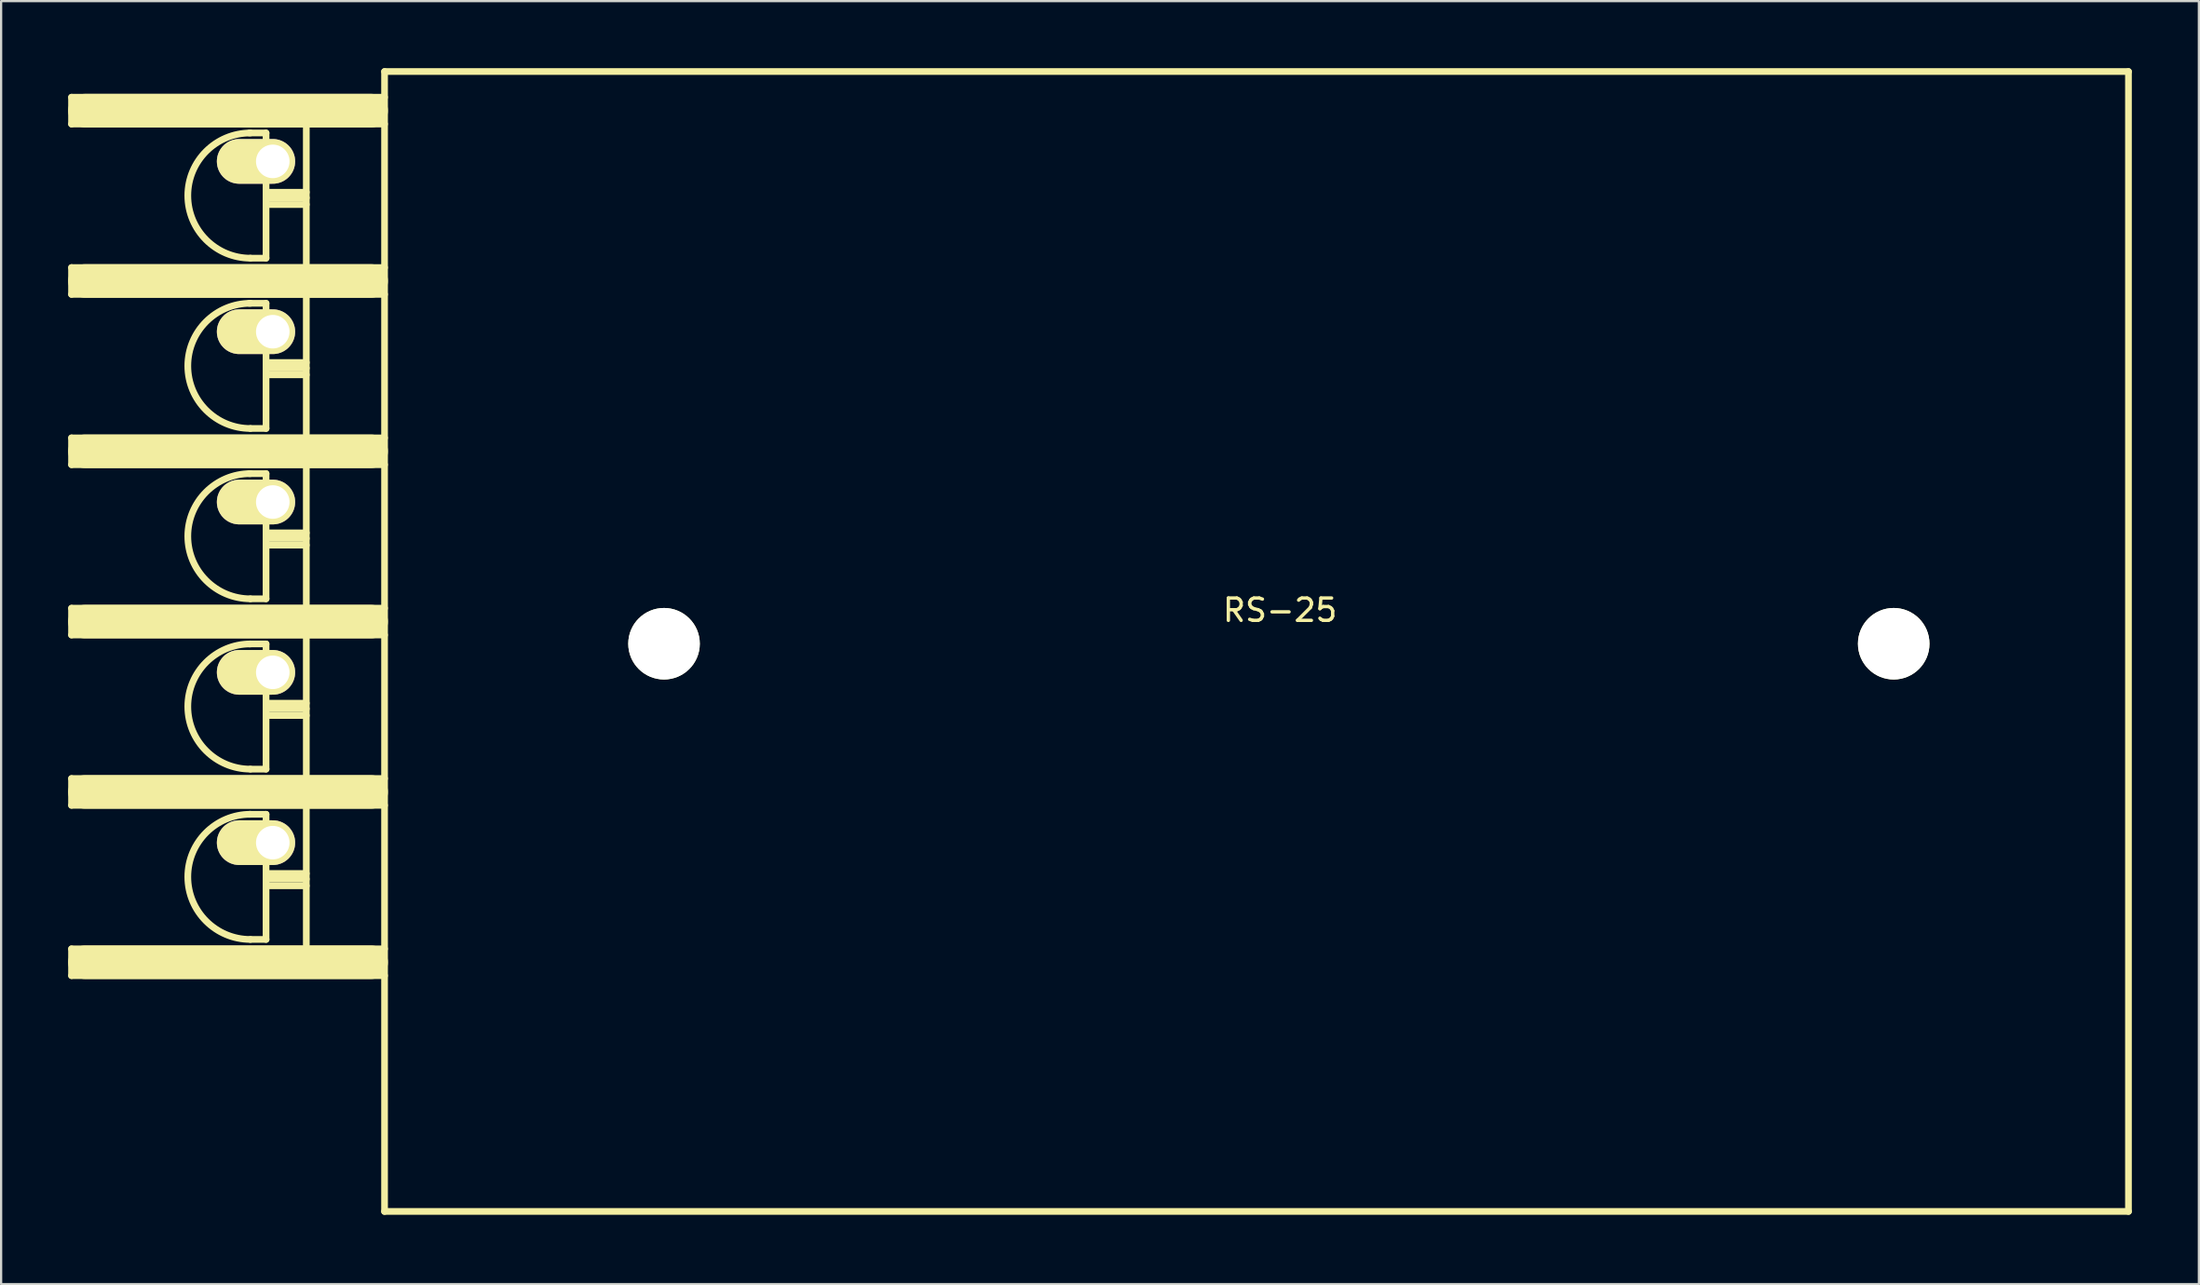
<source format=kicad_pcb>
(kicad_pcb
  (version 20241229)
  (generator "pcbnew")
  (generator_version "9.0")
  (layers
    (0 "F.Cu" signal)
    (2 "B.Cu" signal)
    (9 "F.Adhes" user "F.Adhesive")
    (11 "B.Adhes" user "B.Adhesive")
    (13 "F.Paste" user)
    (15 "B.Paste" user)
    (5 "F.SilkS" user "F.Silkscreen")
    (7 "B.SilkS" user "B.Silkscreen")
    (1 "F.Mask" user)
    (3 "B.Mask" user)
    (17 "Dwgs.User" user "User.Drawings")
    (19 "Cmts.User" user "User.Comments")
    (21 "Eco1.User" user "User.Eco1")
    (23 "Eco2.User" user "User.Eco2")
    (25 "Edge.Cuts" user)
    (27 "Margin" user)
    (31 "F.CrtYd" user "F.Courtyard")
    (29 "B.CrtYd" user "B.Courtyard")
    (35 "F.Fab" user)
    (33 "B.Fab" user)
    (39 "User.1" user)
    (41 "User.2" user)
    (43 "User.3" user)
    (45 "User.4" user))
  (footprint "RS-25"
    (layer "F.Cu")
    (at 14.15 51.15)
    (property "Reference" "RS-25" (at 40.05 -26.9 0) (layer "F.SilkS") (effects (font (size 1 1) (thickness 0.15))))
    (attr through_hole)
    (fp_line (start -14 -49.85) (end -14 -48.65) (stroke (width 0.3) (type solid)) (layer "F.SilkS"))
    (fp_line (start -14 -49.85) (end 0 -49.85) (stroke (width 0.3) (type solid)) (layer "F.SilkS"))
    (fp_line (start -14 -48.65) (end 0 -48.65) (stroke (width 0.3) (type solid)) (layer "F.SilkS"))
    (fp_line (start -14 -42.23) (end -14 -41.03) (stroke (width 0.3) (type solid)) (layer "F.SilkS"))
    (fp_line (start -14 -42.23) (end 0 -42.23) (stroke (width 0.3) (type solid)) (layer "F.SilkS"))
    (fp_line (start -14 -41.03) (end 0 -41.03) (stroke (width 0.3) (type solid)) (layer "F.SilkS"))
    (fp_line (start -14 -34.61) (end -14 -33.41) (stroke (width 0.3) (type solid)) (layer "F.SilkS"))
    (fp_line (start -14 -34.61) (end 0 -34.61) (stroke (width 0.3) (type solid)) (layer "F.SilkS"))
    (fp_line (start -14 -33.41) (end 0 -33.41) (stroke (width 0.3) (type solid)) (layer "F.SilkS"))
    (fp_line (start -14 -26.99) (end -14 -25.79) (stroke (width 0.3) (type solid)) (layer "F.SilkS"))
    (fp_line (start -14 -26.99) (end 0 -26.99) (stroke (width 0.3) (type solid)) (layer "F.SilkS"))
    (fp_line (start -14 -25.79) (end 0 -25.79) (stroke (width 0.3) (type solid)) (layer "F.SilkS"))
    (fp_line (start -14 -19.37) (end -14 -18.17) (stroke (width 0.3) (type solid)) (layer "F.SilkS"))
    (fp_line (start -14 -19.37) (end 0 -19.37) (stroke (width 0.3) (type solid)) (layer "F.SilkS"))
    (fp_line (start -14 -18.17) (end 0 -18.17) (stroke (width 0.3) (type solid)) (layer "F.SilkS"))
    (fp_line (start -14 -11.75) (end -14 -10.55) (stroke (width 0.3) (type solid)) (layer "F.SilkS"))
    (fp_line (start -14 -11.75) (end 0 -11.75) (stroke (width 0.3) (type solid)) (layer "F.SilkS"))
    (fp_line (start -14 -10.55) (end 0 -10.55) (stroke (width 0.3) (type solid)) (layer "F.SilkS"))
    (fp_line (start -13.4 -49.25) (end -0.6 -49.25) (stroke (width 1.5) (type solid)) (layer "F.SilkS"))
    (fp_line (start -13.4 -41.63) (end -0.6 -41.63) (stroke (width 1.5) (type solid)) (layer "F.SilkS"))
    (fp_line (start -13.4 -34.01) (end -0.6 -34.01) (stroke (width 1.5) (type solid)) (layer "F.SilkS"))
    (fp_line (start -13.4 -26.39) (end -0.6 -26.39) (stroke (width 1.5) (type solid)) (layer "F.SilkS"))
    (fp_line (start -13.4 -18.77) (end -0.6 -18.77) (stroke (width 1.5) (type solid)) (layer "F.SilkS"))
    (fp_line (start -13.4 -11.15) (end -0.6 -11.15) (stroke (width 1.5) (type solid)) (layer "F.SilkS"))
    (fp_line (start -6 -42.65) (end -5.3 -42.65) (stroke (width 0.3) (type solid)) (layer "F.SilkS"))
    (fp_line (start -6 -35.03) (end -5.3 -35.03) (stroke (width 0.3) (type solid)) (layer "F.SilkS"))
    (fp_line (start -6 -27.41) (end -5.3 -27.41) (stroke (width 0.3) (type solid)) (layer "F.SilkS"))
    (fp_line (start -6 -19.79) (end -5.3 -19.79) (stroke (width 0.3) (type solid)) (layer "F.SilkS"))
    (fp_line (start -6 -12.17) (end -5.3 -12.17) (stroke (width 0.3) (type solid)) (layer "F.SilkS"))
    (fp_line (start -5.3 -48.25) (end -6.05 -48.25) (stroke (width 0.3) (type solid)) (layer "F.SilkS"))
    (fp_line (start -5.3 -42.65) (end -5.3 -48.25) (stroke (width 0.3) (type solid)) (layer "F.SilkS"))
    (fp_line (start -5.3 -40.63) (end -6.05 -40.63) (stroke (width 0.3) (type solid)) (layer "F.SilkS"))
    (fp_line (start -5.3 -35.03) (end -5.3 -40.63) (stroke (width 0.3) (type solid)) (layer "F.SilkS"))
    (fp_line (start -5.3 -33.01) (end -6.05 -33.01) (stroke (width 0.3) (type solid)) (layer "F.SilkS"))
    (fp_line (start -5.3 -27.41) (end -5.3 -33.01) (stroke (width 0.3) (type solid)) (layer "F.SilkS"))
    (fp_line (start -5.3 -25.39) (end -6.05 -25.39) (stroke (width 0.3) (type solid)) (layer "F.SilkS"))
    (fp_line (start -5.3 -19.79) (end -5.3 -25.39) (stroke (width 0.3) (type solid)) (layer "F.SilkS"))
    (fp_line (start -5.3 -17.77) (end -6.05 -17.77) (stroke (width 0.3) (type solid)) (layer "F.SilkS"))
    (fp_line (start -5.3 -12.17) (end -5.3 -17.77) (stroke (width 0.3) (type solid)) (layer "F.SilkS"))
    (fp_line (start -5.15 -45.6) (end -3.5 -45.6) (stroke (width 0.3) (type solid)) (layer "F.SilkS"))
    (fp_line (start -5.15 -45.35) (end -3.5 -45.35) (stroke (width 0.3) (type solid)) (layer "F.SilkS"))
    (fp_line (start -5.15 -45.05) (end -3.5 -45.05) (stroke (width 0.3) (type solid)) (layer "F.SilkS"))
    (fp_line (start -5.15 -37.98) (end -3.5 -37.98) (stroke (width 0.3) (type solid)) (layer "F.SilkS"))
    (fp_line (start -5.15 -37.73) (end -3.5 -37.73) (stroke (width 0.3) (type solid)) (layer "F.SilkS"))
    (fp_line (start -5.15 -37.43) (end -3.5 -37.43) (stroke (width 0.3) (type solid)) (layer "F.SilkS"))
    (fp_line (start -5.15 -30.36) (end -3.5 -30.36) (stroke (width 0.3) (type solid)) (layer "F.SilkS"))
    (fp_line (start -5.15 -30.11) (end -3.5 -30.11) (stroke (width 0.3) (type solid)) (layer "F.SilkS"))
    (fp_line (start -5.15 -29.81) (end -3.5 -29.81) (stroke (width 0.3) (type solid)) (layer "F.SilkS"))
    (fp_line (start -5.15 -22.74) (end -3.5 -22.74) (stroke (width 0.3) (type solid)) (layer "F.SilkS"))
    (fp_line (start -5.15 -22.49) (end -3.5 -22.49) (stroke (width 0.3) (type solid)) (layer "F.SilkS"))
    (fp_line (start -5.15 -22.19) (end -3.5 -22.19) (stroke (width 0.3) (type solid)) (layer "F.SilkS"))
    (fp_line (start -5.15 -15.12) (end -3.5 -15.12) (stroke (width 0.3) (type solid)) (layer "F.SilkS"))
    (fp_line (start -5.15 -14.87) (end -3.5 -14.87) (stroke (width 0.3) (type solid)) (layer "F.SilkS"))
    (fp_line (start -5.15 -14.57) (end -3.5 -14.57) (stroke (width 0.3) (type solid)) (layer "F.SilkS"))
    (fp_line (start -3.5 -48.5) (end -3.5 -42.4) (stroke (width 0.3) (type solid)) (layer "F.SilkS"))
    (fp_line (start -3.5 -40.88) (end -3.5 -34.78) (stroke (width 0.3) (type solid)) (layer "F.SilkS"))
    (fp_line (start -3.5 -33.26) (end -3.5 -27.16) (stroke (width 0.3) (type solid)) (layer "F.SilkS"))
    (fp_line (start -3.5 -25.64) (end -3.5 -19.54) (stroke (width 0.3) (type solid)) (layer "F.SilkS"))
    (fp_line (start -3.5 -18.02) (end -3.5 -11.92) (stroke (width 0.3) (type solid)) (layer "F.SilkS"))
    (fp_line (start 0 -51) (end 0 0) (stroke (width 0.3) (type solid)) (layer "F.SilkS"))
    (fp_line (start 0 0) (end 78 0) (stroke (width 0.3) (type solid)) (layer "F.SilkS"))
    (fp_line (start 78 -51) (end 0 -51) (stroke (width 0.3) (type solid)) (layer "F.SilkS"))
    (fp_line (start 78 0) (end 78 -51) (stroke (width 0.3) (type solid)) (layer "F.SilkS"))
    (fp_arc (start -6 -42.65) (mid -8.8 -45.45) (end -6 -48.25) (stroke (width 0.3) (type solid)) (layer "F.SilkS"))
    (fp_arc (start -6 -35.03) (mid -8.8 -37.83) (end -6 -40.63) (stroke (width 0.3) (type solid)) (layer "F.SilkS"))
    (fp_arc (start -6 -27.41) (mid -8.8 -30.21) (end -6 -33.01) (stroke (width 0.3) (type solid)) (layer "F.SilkS"))
    (fp_arc (start -6 -19.79) (mid -8.8 -22.59) (end -6 -25.39) (stroke (width 0.3) (type solid)) (layer "F.SilkS"))
    (fp_arc (start -6 -12.17) (mid -8.8 -14.97) (end -6 -17.77) (stroke (width 0.3) (type solid)) (layer "F.SilkS"))
    (pad "" np_thru_hole circle (at 12.5 -25.4) (size 3.2 3.2) (drill 3.2) (layers "*.Cu" "*.Mask" "F.SilkS"))
    (pad "" np_thru_hole circle (at 67.5 -25.4) (size 3.2 3.2) (drill 3.2) (layers "*.Cu" "*.Mask" "F.SilkS"))
    (pad "1" thru_hole oval (at -5 -46.98) (size 3.5 2) (drill 1.5 (offset -0.75 0)) (layers "*.Cu" "*.Mask" "F.SilkS"))
    (pad "2" thru_hole oval (at -5 -39.36) (size 3.5 2) (drill 1.5 (offset -0.75 0)) (layers "*.Cu" "*.Mask" "F.SilkS"))
    (pad "3" thru_hole oval (at -5 -31.74) (size 3.5 2) (drill 1.5 (offset -0.75 0)) (layers "*.Cu" "*.Mask" "F.SilkS"))
    (pad "4" thru_hole oval (at -5 -24.12) (size 3.5 2) (drill 1.5 (offset -0.75 0)) (layers "*.Cu" "*.Mask" "F.SilkS"))
    (pad "5" thru_hole oval (at -5 -16.5) (size 3.5 2) (drill 1.5 (offset -0.75 0)) (layers "*.Cu" "*.Mask" "F.SilkS")))
  (gr_rect
    (start -3 -3)
    (end 95.3 54.4)
    (stroke (width 0.1) (type default))
    (fill no)
    (layer "Edge.Cuts")))
</source>
